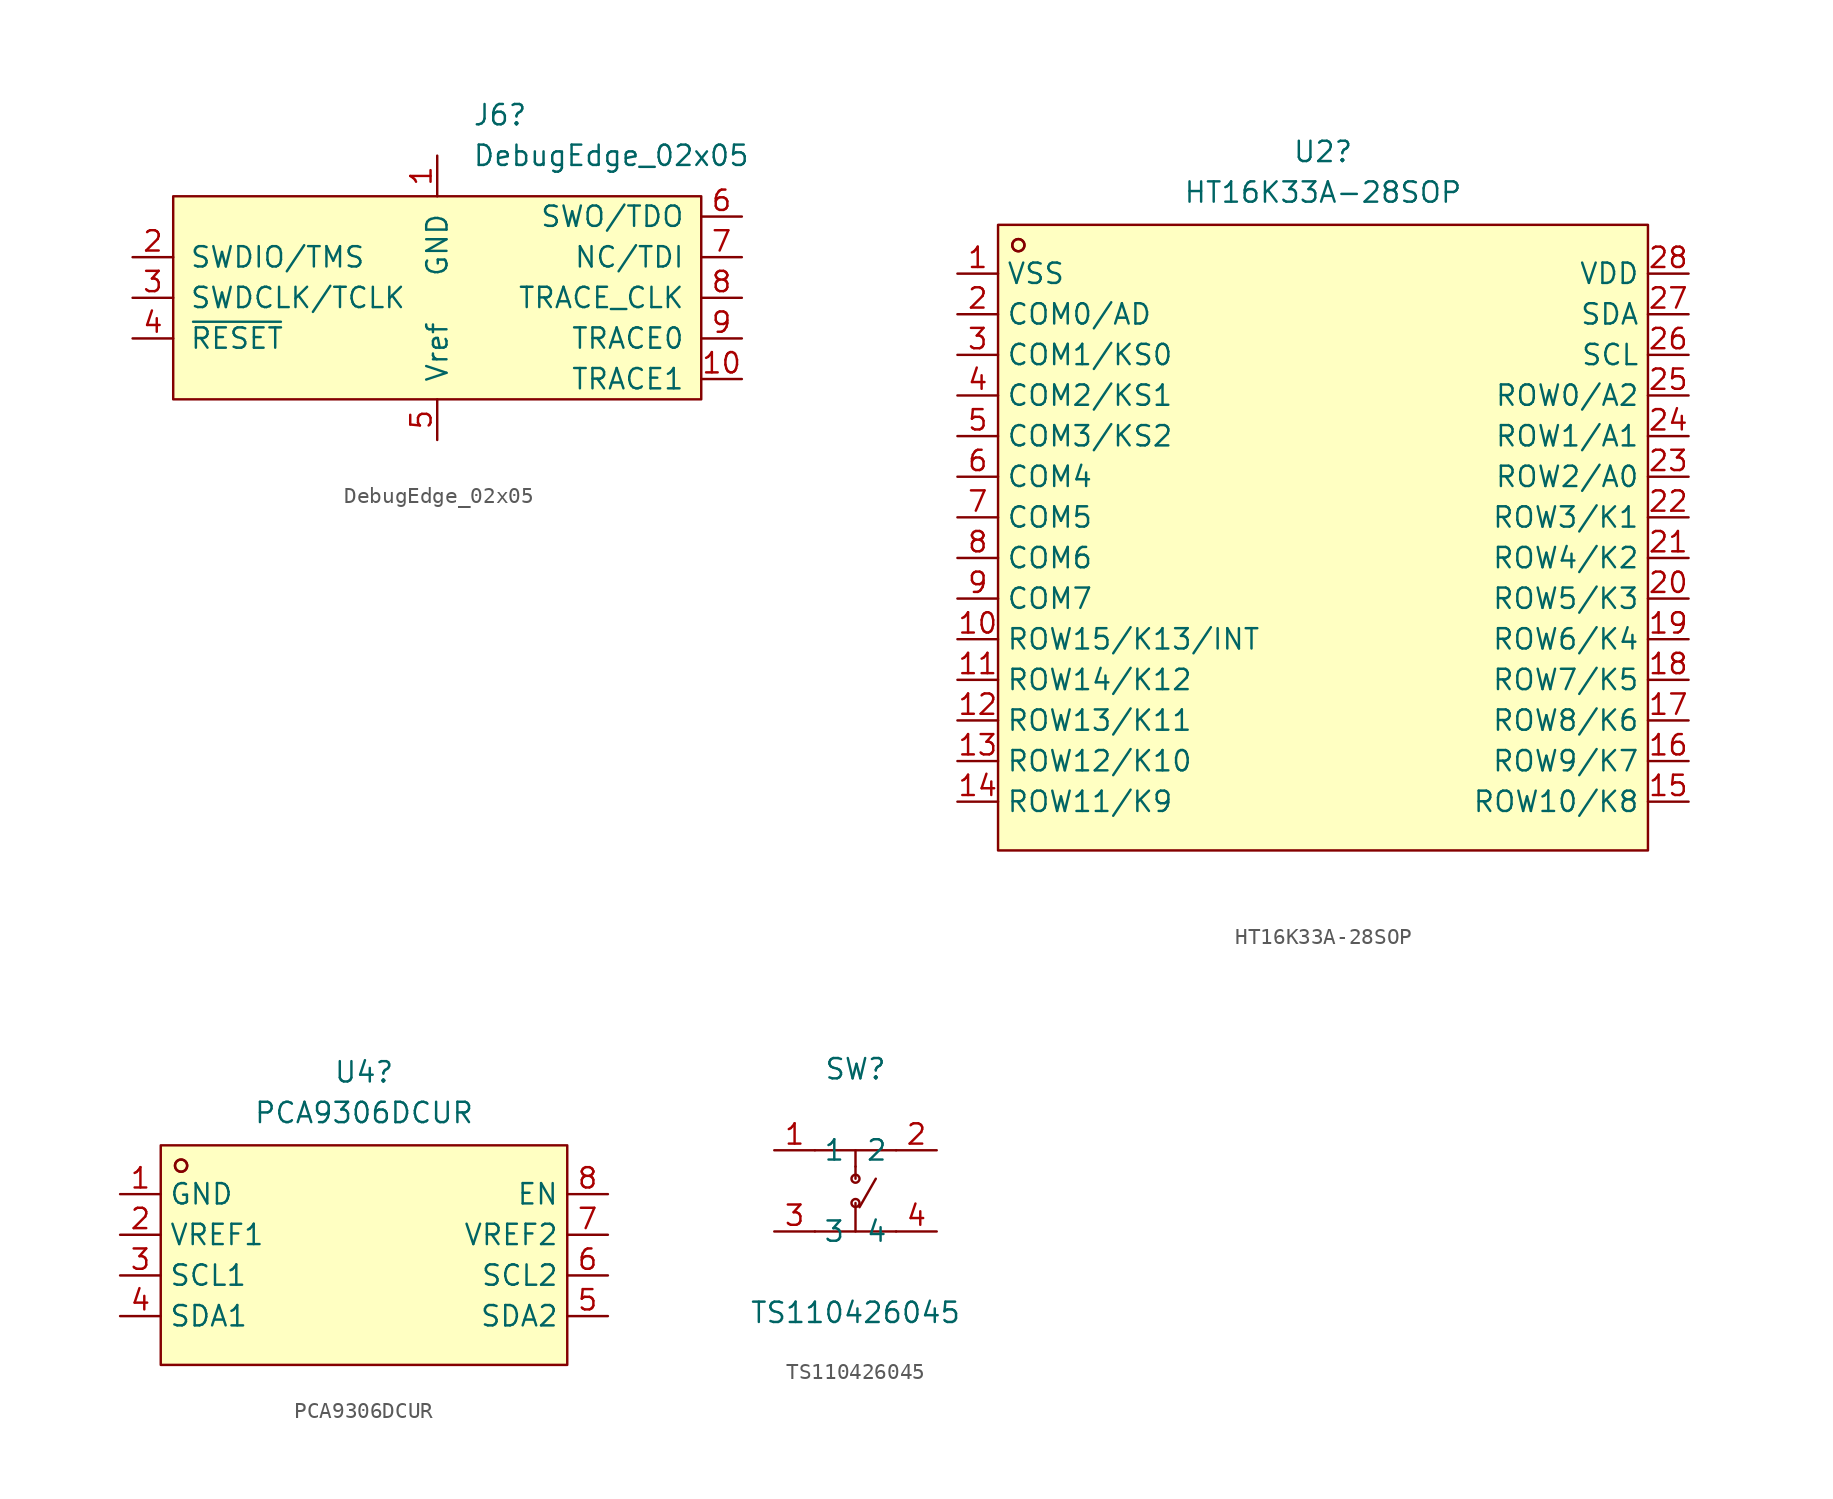
<source format=kicad_sym>
(kicad_symbol_lib
  (version 20241209)
  (generator "kicad_symbol_editor")
  (generator_version "9.0")
  (symbol "DebugEdge_02x05"
    (pin_names
      (offset 1.016))
    (property "Reference" "J6"
      (at 2.194 11.43 0)
      (effects (font (size 1.27 1.27)) (justify left)))
    (property "Value" "DebugEdge_02x05"
      (at 2.194 8.89 0)
      (effects (font (size 1.27 1.27)) (justify left)))
    (symbol "DebugEdge_02x05_0_1"
      (rectangle (start -16.51 6.35) (end 16.51 -6.35) (stroke (width 0) (type solid)) (fill (type background))))
    (symbol "DebugEdge_02x05_1_1"
      (pin bidirectional line (at -19.05 2.54 0) (length 2.54) (name "SWDIO/TMS" (effects (font (size 1.27 1.27)))) (number "2" (effects (font (size 1.27 1.27)))))
      (pin bidirectional line (at -19.05 0 0) (length 2.54) (name "SWDCLK/TCLK" (effects (font (size 1.27 1.27)))) (number "3" (effects (font (size 1.27 1.27)))))
      (pin bidirectional line (at -19.05 -2.54 0) (length 2.54) (name "~{RESET}" (effects (font (size 1.27 1.27)))) (number "4" (effects (font (size 1.27 1.27)))))
      (pin power_in line (at 0 8.89 270) (length 2.54) (name "GND" (effects (font (size 1.27 1.27)))) (number "1" (effects (font (size 1.27 1.27)))))
      (pin power_in line (at 0 -8.89 90) (length 2.54) (name "Vref" (effects (font (size 1.27 1.27)))) (number "5" (effects (font (size 1.27 1.27)))))
      (pin bidirectional line (at 19.05 5.08 180) (length 2.54) (name "SWO/TDO" (effects (font (size 1.27 1.27)))) (number "6" (effects (font (size 1.27 1.27)))))
      (pin bidirectional line (at 19.05 2.54 180) (length 2.54) (name "NC/TDI" (effects (font (size 1.27 1.27)))) (number "7" (effects (font (size 1.27 1.27)))))
      (pin bidirectional line (at 19.05 0 180) (length 2.54) (name "TRACE_CLK" (effects (font (size 1.27 1.27)))) (number "8" (effects (font (size 1.27 1.27)))))
      (pin bidirectional line (at 19.05 -2.54 180) (length 2.54) (name "TRACE0" (effects (font (size 1.27 1.27)))) (number "9" (effects (font (size 1.27 1.27)))))
      (pin bidirectional line (at 19.05 -5.08 180) (length 2.54) (name "TRACE1" (effects (font (size 1.27 1.27)))) (number "10" (effects (font (size 1.27 1.27)))))))
  (symbol "HT16K33A-28SOP"
    (property "Reference" "U2"
      (at 0 25.4 0)
      (effects (font (size 1.27 1.27))))
    (property "Value" "HT16K33A-28SOP"
      (at 0 22.86 0)
      (effects (font (size 1.27 1.27))))
    (symbol "HT16K33A-28SOP_0_1"
      (rectangle (start -20.32 20.83) (end 20.32 -18.29) (stroke (width 0) (type default)) (fill (type background)))
      (circle (center -19.05 19.56) (radius 0.38) (stroke (width 0) (type default)) (fill (type none)))
      (circle (center -19.05 19.56) (radius 0.38) (stroke (width 0) (type default)) (fill (type none)))
      (pin output line (at -22.86 12.7 0) (length 2.54) (name "COM1/KS0" (effects (font (size 1.27 1.27)))) (number "3" (effects (font (size 1.27 1.27)))))
      (pin output line (at -22.86 10.16 0) (length 2.54) (name "COM2/KS1" (effects (font (size 1.27 1.27)))) (number "4" (effects (font (size 1.27 1.27)))))
      (pin output line (at -22.86 7.62 0) (length 2.54) (name "COM3/KS2" (effects (font (size 1.27 1.27)))) (number "5" (effects (font (size 1.27 1.27)))))
      (pin output line (at -22.86 5.08 0) (length 2.54) (name "COM4" (effects (font (size 1.27 1.27)))) (number "6" (effects (font (size 1.27 1.27)))))
      (pin output line (at -22.86 2.54 0) (length 2.54) (name "COM5" (effects (font (size 1.27 1.27)))) (number "7" (effects (font (size 1.27 1.27)))))
      (pin output line (at -22.86 0 0) (length 2.54) (name "COM6" (effects (font (size 1.27 1.27)))) (number "8" (effects (font (size 1.27 1.27)))))
      (pin output line (at -22.86 -2.54 0) (length 2.54) (name "COM7" (effects (font (size 1.27 1.27)))) (number "9" (effects (font (size 1.27 1.27)))))
      (pin output line (at -22.86 -5.08 0) (length 2.54) (name "ROW15/K13/INT" (effects (font (size 1.27 1.27)))) (number "10" (effects (font (size 1.27 1.27)))))
      (pin output line (at -22.86 -7.62 0) (length 2.54) (name "ROW14/K12" (effects (font (size 1.27 1.27)))) (number "11" (effects (font (size 1.27 1.27)))))
      (pin output line (at -22.86 -10.16 0) (length 2.54) (name "ROW13/K11" (effects (font (size 1.27 1.27)))) (number "12" (effects (font (size 1.27 1.27)))))
      (pin output line (at -22.86 -12.7 0) (length 2.54) (name "ROW12/K10" (effects (font (size 1.27 1.27)))) (number "13" (effects (font (size 1.27 1.27)))))
      (pin output line (at -22.86 -15.24 0) (length 2.54) (name "ROW11/K9" (effects (font (size 1.27 1.27)))) (number "14" (effects (font (size 1.27 1.27)))))
      (pin bidirectional line (at 22.86 15.24 180) (length 2.54) (name "SDA" (effects (font (size 1.27 1.27)))) (number "27" (effects (font (size 1.27 1.27)))))
      (pin output line (at 22.86 10.16 180) (length 2.54) (name "ROW0/A2" (effects (font (size 1.27 1.27)))) (number "25" (effects (font (size 1.27 1.27)))))
      (pin output line (at 22.86 7.62 180) (length 2.54) (name "ROW1/A1" (effects (font (size 1.27 1.27)))) (number "24" (effects (font (size 1.27 1.27)))))
      (pin output line (at 22.86 5.08 180) (length 2.54) (name "ROW2/A0" (effects (font (size 1.27 1.27)))) (number "23" (effects (font (size 1.27 1.27)))))
      (pin output line (at 22.86 2.54 180) (length 2.54) (name "ROW3/K1" (effects (font (size 1.27 1.27)))) (number "22" (effects (font (size 1.27 1.27)))))
      (pin output line (at 22.86 0 180) (length 2.54) (name "ROW4/K2" (effects (font (size 1.27 1.27)))) (number "21" (effects (font (size 1.27 1.27)))))
      (pin output line (at 22.86 -2.54 180) (length 2.54) (name "ROW5/K3" (effects (font (size 1.27 1.27)))) (number "20" (effects (font (size 1.27 1.27)))))
      (pin output line (at 22.86 -5.08 180) (length 2.54) (name "ROW6/K4" (effects (font (size 1.27 1.27)))) (number "19" (effects (font (size 1.27 1.27)))))
      (pin output line (at 22.86 -7.62 180) (length 2.54) (name "ROW7/K5" (effects (font (size 1.27 1.27)))) (number "18" (effects (font (size 1.27 1.27)))))
      (pin output line (at 22.86 -10.16 180) (length 2.54) (name "ROW8/K6" (effects (font (size 1.27 1.27)))) (number "17" (effects (font (size 1.27 1.27)))))
      (pin output line (at 22.86 -12.7 180) (length 2.54) (name "ROW9/K7" (effects (font (size 1.27 1.27)))) (number "16" (effects (font (size 1.27 1.27)))))
      (pin output line (at 22.86 -15.24 180) (length 2.54) (name "ROW10/K8" (effects (font (size 1.27 1.27)))) (number "15" (effects (font (size 1.27 1.27))))))
    (symbol "HT16K33A-28SOP_1_1"
      (pin power_in line (at -22.86 17.78 0) (length 2.54) (name "VSS" (effects (font (size 1.27 1.27)))) (number "1" (effects (font (size 1.27 1.27)))))
      (pin output line (at -22.86 15.24 0) (length 2.54) (name "COM0/AD" (effects (font (size 1.27 1.27)))) (number "2" (effects (font (size 1.27 1.27)))))
      (pin power_in line (at 22.86 17.78 180) (length 2.54) (name "VDD" (effects (font (size 1.27 1.27)))) (number "28" (effects (font (size 1.27 1.27)))))
      (pin input line (at 22.86 12.7 180) (length 2.54) (name "SCL" (effects (font (size 1.27 1.27)))) (number "26" (effects (font (size 1.27 1.27)))))))
  (symbol "PCA9306DCUR"
    (property "Reference" "U4"
      (at 0 11.43 0)
      (effects (font (size 1.27 1.27))))
    (property "Value" "PCA9306DCUR"
      (at 0 8.89 0)
      (effects (font (size 1.27 1.27))))
    (symbol "PCA9306DCUR_0_1"
      (rectangle (start -12.7 6.86) (end 12.7 -6.86) (stroke (width 0) (type default)) (fill (type background)))
      (circle (center -11.43 5.59) (radius 0.38) (stroke (width 0) (type default)) (fill (type none)))
      (circle (center -11.43 5.59) (radius 0.38) (stroke (width 0) (type default)) (fill (type none)))
      (pin power_in line (at -15.24 3.81 0) (length 2.54) (name "GND" (effects (font (size 1.27 1.27)))) (number "1" (effects (font (size 1.27 1.27)))))
      (pin power_in line (at -15.24 1.27 0) (length 2.54) (name "VREF1" (effects (font (size 1.27 1.27)))) (number "2" (effects (font (size 1.27 1.27)))))
      (pin bidirectional line (at -15.24 -3.81 0) (length 2.54) (name "SDA1" (effects (font (size 1.27 1.27)))) (number "4" (effects (font (size 1.27 1.27)))))
      (pin input line (at 15.24 3.81 180) (length 2.54) (name "EN" (effects (font (size 1.27 1.27)))) (number "8" (effects (font (size 1.27 1.27)))))
      (pin bidirectional line (at 15.24 -3.81 180) (length 2.54) (name "SDA2" (effects (font (size 1.27 1.27)))) (number "5" (effects (font (size 1.27 1.27))))))
    (symbol "PCA9306DCUR_1_1"
      (pin input line (at -15.24 -1.27 0) (length 2.54) (name "SCL1" (effects (font (size 1.27 1.27)))) (number "3" (effects (font (size 1.27 1.27)))))
      (pin power_in line (at 15.24 1.27 180) (length 2.54) (name "VREF2" (effects (font (size 1.27 1.27)))) (number "7" (effects (font (size 1.27 1.27)))))
      (pin output line (at 15.24 -1.27 180) (length 2.54) (name "SCL2" (effects (font (size 1.27 1.27)))) (number "6" (effects (font (size 1.27 1.27)))))))
  (symbol "TS110426045"
    (property "Reference" "SW"
      (at 0 7.62 0)
      (effects (font (size 1.27 1.27))))
    (property "Value" "TS110426045"
      (at 0 -7.62 0)
      (effects (font (size 1.27 1.27))))
    (symbol "TS110426045_0_1"
      (polyline (pts (xy -2.54 2.54) (xy 2.54 2.54)) (stroke (width 0) (type default)) (fill (type none)))
      (polyline (pts (xy -2.54 -2.54) (xy 2.54 -2.54)) (stroke (width 0) (type default)) (fill (type none)))
      (polyline (pts (xy 0 2.54) (xy 0 1.52)) (stroke (width 0) (type default)) (fill (type none)))
      (polyline (pts (xy 0 1.52) (xy 0 0.76)) (stroke (width 0) (type default)) (fill (type none)))
      (circle (center 0 0.76) (radius 0.25) (stroke (width 0) (type default)) (fill (type none)))
      (circle (center 0 -0.76) (radius 0.25) (stroke (width 0) (type default)) (fill (type none)))
      (polyline (pts (xy 0 -2.54) (xy 0 -0.76)) (stroke (width 0) (type default)) (fill (type none)))
      (polyline (pts (xy 1.27 0.76) (xy 0.25 -1.02)) (stroke (width 0) (type default)) (fill (type none)))
      (pin passive line (at -5.08 -2.54 0) (length 2.54) (name "3" (effects (font (size 1.27 1.27)))) (number "3" (effects (font (size 1.27 1.27)))))
      (pin passive line (at 5.08 2.54 180) (length 2.54) (name "2" (effects (font (size 1.27 1.27)))) (number "2" (effects (font (size 1.27 1.27)))))
      (pin passive line (at 5.08 -2.54 180) (length 2.54) (name "4" (effects (font (size 1.27 1.27)))) (number "4" (effects (font (size 1.27 1.27))))))
    (symbol "TS110426045_1_1"
      (pin passive line (at -5.08 2.54 0) (length 2.54) (name "1" (effects (font (size 1.27 1.27)))) (number "1" (effects (font (size 1.27 1.27))))))))
</source>
